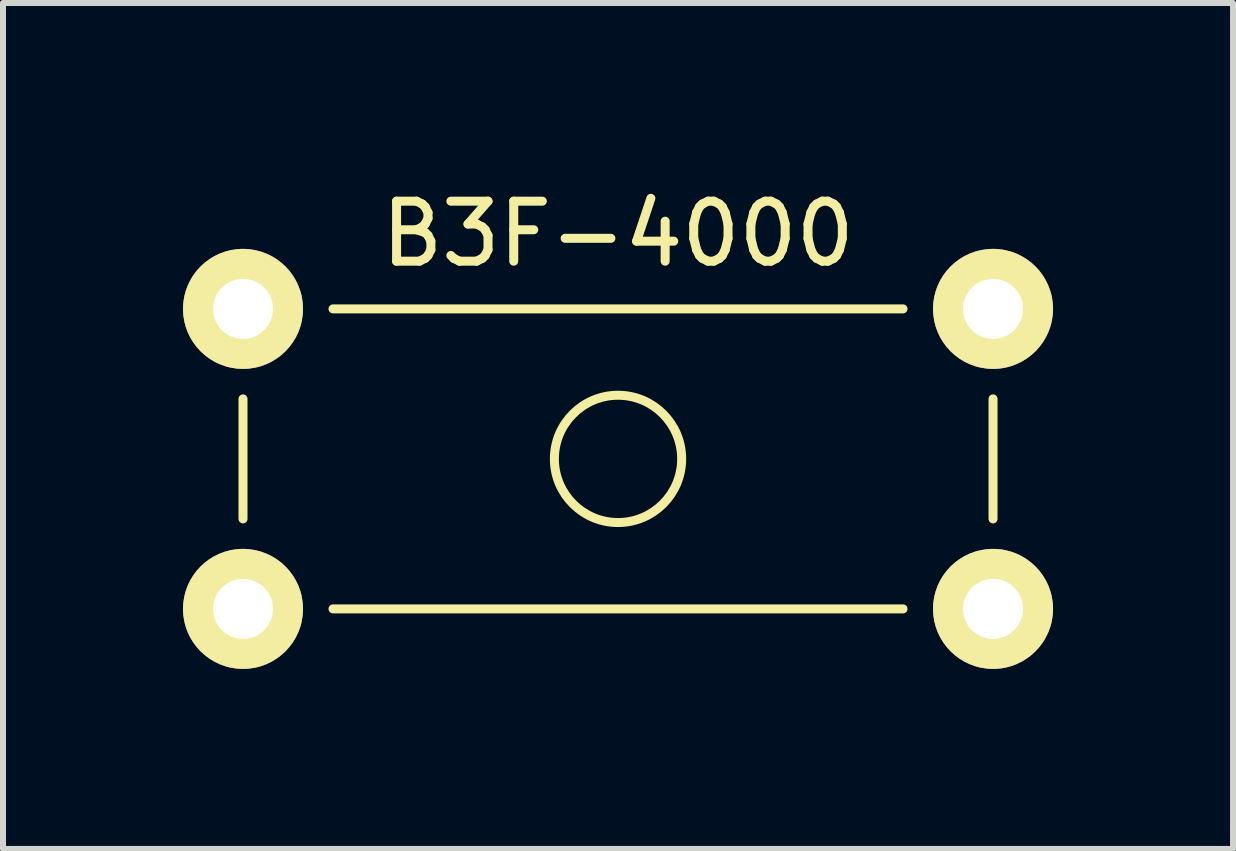
<source format=kicad_pcb>
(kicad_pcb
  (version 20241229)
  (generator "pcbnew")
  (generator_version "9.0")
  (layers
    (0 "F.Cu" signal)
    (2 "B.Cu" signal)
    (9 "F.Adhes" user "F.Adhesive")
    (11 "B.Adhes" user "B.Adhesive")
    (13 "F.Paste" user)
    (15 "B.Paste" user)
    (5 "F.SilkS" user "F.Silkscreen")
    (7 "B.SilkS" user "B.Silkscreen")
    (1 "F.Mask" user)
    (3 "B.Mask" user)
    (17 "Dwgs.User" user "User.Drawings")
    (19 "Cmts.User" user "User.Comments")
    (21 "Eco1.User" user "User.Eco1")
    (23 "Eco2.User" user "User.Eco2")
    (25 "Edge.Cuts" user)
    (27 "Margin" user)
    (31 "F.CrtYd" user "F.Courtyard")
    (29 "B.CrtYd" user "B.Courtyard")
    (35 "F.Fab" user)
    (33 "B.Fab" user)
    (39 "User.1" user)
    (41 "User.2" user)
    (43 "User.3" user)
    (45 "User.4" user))
  (footprint "B3F-4000"
    (layer "F.Cu")
    (at 1 2.098)
    (property "Reference" "B3F-4000" (at 6.25 -1.25 0) (layer "F.SilkS") (effects (font (size 1 1) (thickness 0.15))))
    (attr through_hole)
    (fp_line (start 0 3.5) (end 0 1.5) (stroke (width 0.15) (type solid)) (layer "F.SilkS"))
    (fp_line (start 1.5 0) (end 11 0) (stroke (width 0.15) (type solid)) (layer "F.SilkS"))
    (fp_line (start 11 5) (end 1.5 5) (stroke (width 0.15) (type solid)) (layer "F.SilkS"))
    (fp_line (start 12.5 1.5) (end 12.5 3.5) (stroke (width 0.15) (type solid)) (layer "F.SilkS"))
    (fp_circle (center 6.25 2.5) (end 7 3.25) (stroke (width 0.15) (type solid)) (fill no) (layer "F.SilkS"))
    (pad "1" thru_hole circle (at 0 0) (size 2 2) (drill 1) (layers "*.Cu" "*.Mask" "F.SilkS"))
    (pad "1" thru_hole circle (at 12.5 0) (size 2 2) (drill 1) (layers "*.Cu" "*.Mask" "F.SilkS"))
    (pad "2" thru_hole circle (at 0 5) (size 2 2) (drill 1) (layers "*.Cu" "*.Mask" "F.SilkS"))
    (pad "2" thru_hole circle (at 12.5 5) (size 2 2) (drill 1) (layers "*.Cu" "*.Mask" "F.SilkS")))
  (gr_rect
    (start -3 -3)
    (end 17.5 11.098)
    (stroke (width 0.1) (type default))
    (fill no)
    (layer "Edge.Cuts")))
</source>
